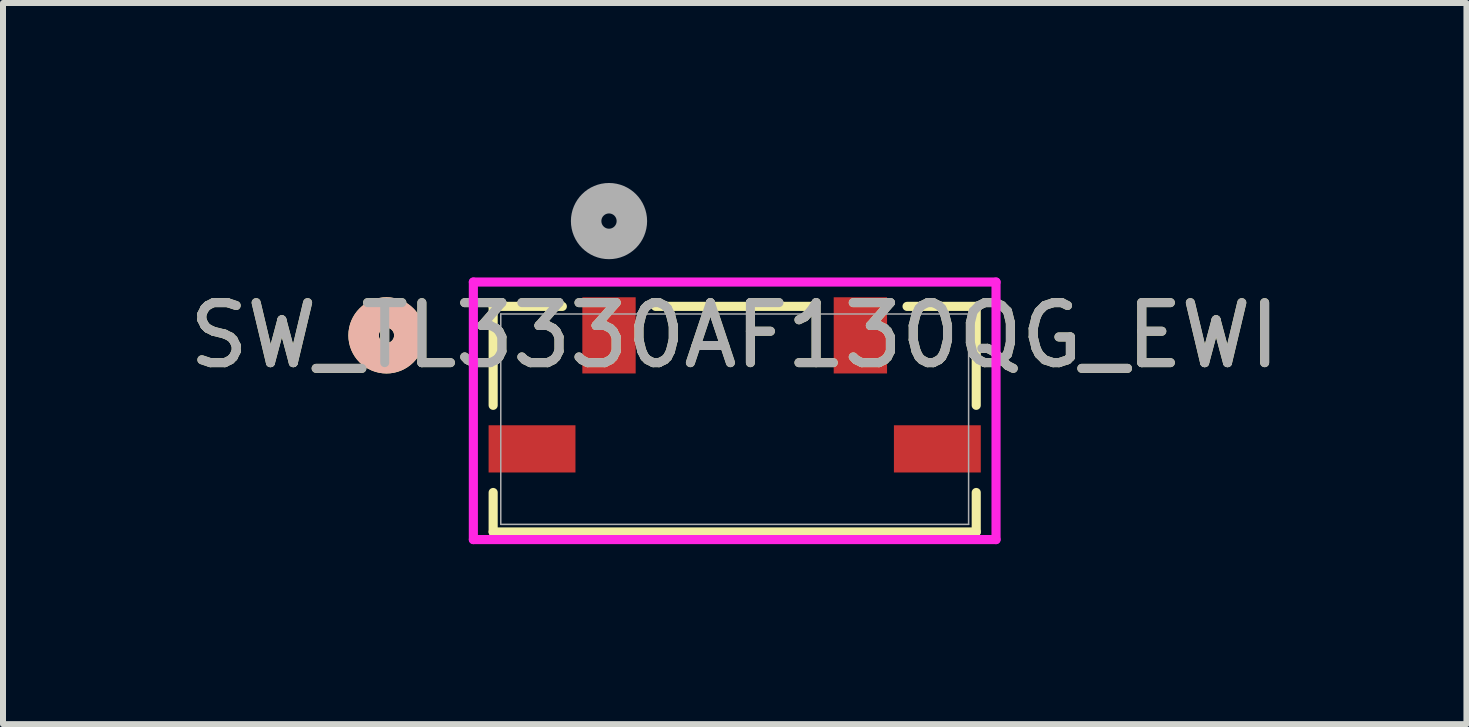
<source format=kicad_pcb>
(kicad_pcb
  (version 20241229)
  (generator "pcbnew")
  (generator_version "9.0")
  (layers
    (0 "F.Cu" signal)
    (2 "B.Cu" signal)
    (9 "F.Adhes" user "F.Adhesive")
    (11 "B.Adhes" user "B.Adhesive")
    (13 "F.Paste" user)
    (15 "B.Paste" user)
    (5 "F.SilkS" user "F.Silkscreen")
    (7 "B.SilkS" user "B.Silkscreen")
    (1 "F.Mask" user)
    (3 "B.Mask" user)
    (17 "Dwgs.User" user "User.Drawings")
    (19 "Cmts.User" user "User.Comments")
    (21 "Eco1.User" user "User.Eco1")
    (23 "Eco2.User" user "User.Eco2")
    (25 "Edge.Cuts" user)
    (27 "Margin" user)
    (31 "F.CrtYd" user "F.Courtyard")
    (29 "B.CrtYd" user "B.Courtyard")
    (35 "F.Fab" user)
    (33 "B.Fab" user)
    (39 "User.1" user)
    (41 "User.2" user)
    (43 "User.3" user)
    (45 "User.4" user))
  (footprint "SW_TL3330AF130QG_EWI"
    (layer "F.Cu")
    (at 9.196 3.937)
    (property "Reference" "SW_TL3330AF130QG_EWI" (at 0 -1.397 0) (unlocked yes) (layer "F.SilkS") (effects (font (size 1 1) (thickness 0.15))))
    (attr smd)
    (fp_line (start -4.026 -1.88) (end -4.026 -0.231) (stroke (width 0.152) (type solid)) (layer "F.SilkS"))
    (fp_line (start -4.026 1.222) (end -4.026 1.88) (stroke (width 0.152) (type solid)) (layer "F.SilkS"))
    (fp_line (start -4.026 1.88) (end 4.026 1.88) (stroke (width 0.152) (type solid)) (layer "F.SilkS"))
    (fp_line (start -2.873 -1.88) (end -4.026 -1.88) (stroke (width 0.152) (type solid)) (layer "F.SilkS"))
    (fp_line (start 1.318 -1.88) (end -1.318 -1.88) (stroke (width 0.152) (type solid)) (layer "F.SilkS"))
    (fp_line (start 4.026 -1.88) (end 2.873 -1.88) (stroke (width 0.152) (type solid)) (layer "F.SilkS"))
    (fp_line (start 4.026 -0.231) (end 4.026 -1.88) (stroke (width 0.152) (type solid)) (layer "F.SilkS"))
    (fp_line (start 4.026 1.88) (end 4.026 1.222) (stroke (width 0.152) (type solid)) (layer "F.SilkS"))
    (fp_circle (center -5.804 -1.397) (end -5.423 -1.397) (stroke (width 0.508) (type solid)) (fill no) (layer "F.SilkS"))
    (fp_circle (center -5.804 -1.397) (end -5.423 -1.397) (stroke (width 0.508) (type solid)) (fill no) (layer "B.SilkS"))
    (fp_line (start -4.356 -2.286) (end -4.356 2.007) (stroke (width 0.152) (type solid)) (layer "F.CrtYd"))
    (fp_line (start -4.356 2.007) (end 4.356 2.007) (stroke (width 0.152) (type solid)) (layer "F.CrtYd"))
    (fp_line (start 4.356 -2.286) (end -4.356 -2.286) (stroke (width 0.152) (type solid)) (layer "F.CrtYd"))
    (fp_line (start 4.356 2.007) (end 4.356 -2.286) (stroke (width 0.152) (type solid)) (layer "F.CrtYd"))
    (fp_line (start -3.899 -1.753) (end -3.899 1.753) (stroke (width 0.025) (type solid)) (layer "F.Fab"))
    (fp_line (start -3.899 1.753) (end 3.899 1.753) (stroke (width 0.025) (type solid)) (layer "F.Fab"))
    (fp_line (start 3.899 -1.753) (end -3.899 -1.753) (stroke (width 0.025) (type solid)) (layer "F.Fab"))
    (fp_line (start 3.899 1.753) (end 3.899 -1.753) (stroke (width 0.025) (type solid)) (layer "F.Fab"))
    (fp_circle (center -2.095 -3.302) (end -1.714 -3.302) (stroke (width 0.508) (type solid)) (fill no) (layer "F.Fab"))
    (fp_text user "${REFERENCE}" (at 0 -1.397 0) (unlocked yes) (layer "F.Fab") (effects (font (size 1 1) (thickness 0.15))))
    (pad "1" smd rect (at -2.095 -1.397) (size 0.889 1.27) (layers "F.Cu" "F.Mask" "F.Paste"))
    (pad "2" smd rect (at 2.095 -1.397) (size 0.889 1.27) (layers "F.Cu" "F.Mask" "F.Paste"))
    (pad "3" smd rect (at -3.378 0.495) (size 1.448 0.787) (layers "F.Cu" "F.Mask" "F.Paste"))
    (pad "4" smd rect (at 3.378 0.495) (size 1.448 0.787) (layers "F.Cu" "F.Mask" "F.Paste")))
  (gr_rect
    (start -3 -3)
    (end 21.393 9.02)
    (stroke (width 0.1) (type default))
    (fill no)
    (layer "Edge.Cuts")))
</source>
